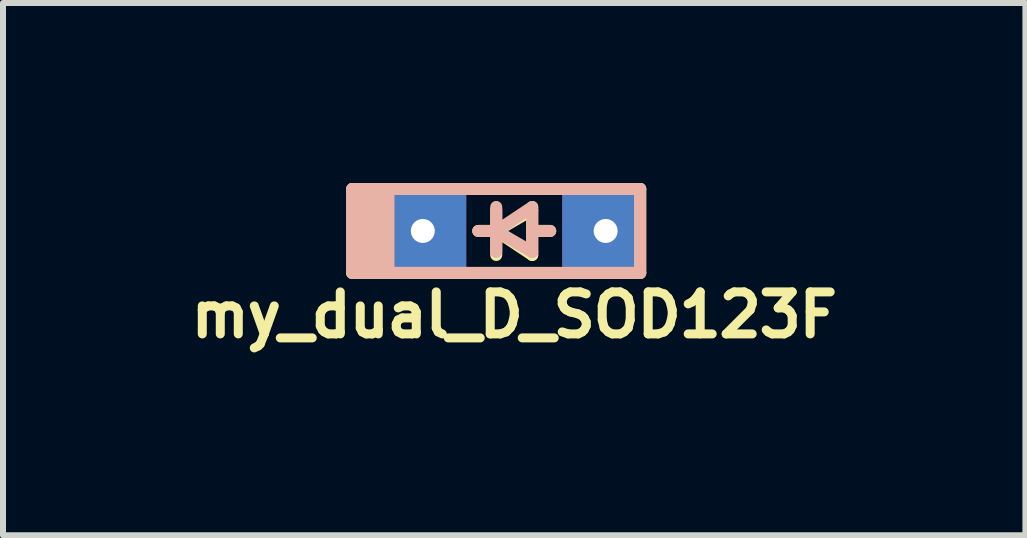
<source format=kicad_pcb>
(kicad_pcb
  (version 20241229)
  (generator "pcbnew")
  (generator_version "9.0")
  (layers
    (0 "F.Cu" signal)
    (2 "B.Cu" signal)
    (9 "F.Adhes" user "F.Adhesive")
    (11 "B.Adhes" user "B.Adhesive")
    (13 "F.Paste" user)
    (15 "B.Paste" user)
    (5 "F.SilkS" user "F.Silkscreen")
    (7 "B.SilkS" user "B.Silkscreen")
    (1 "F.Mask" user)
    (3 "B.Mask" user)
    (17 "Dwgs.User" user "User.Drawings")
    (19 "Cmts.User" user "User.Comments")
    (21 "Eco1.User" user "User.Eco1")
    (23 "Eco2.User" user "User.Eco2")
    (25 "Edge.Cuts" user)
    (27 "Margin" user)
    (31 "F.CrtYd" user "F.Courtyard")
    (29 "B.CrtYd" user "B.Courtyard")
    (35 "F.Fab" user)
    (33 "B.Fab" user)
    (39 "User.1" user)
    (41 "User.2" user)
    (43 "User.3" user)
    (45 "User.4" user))
  (footprint "my_dual_D_SOD123F"
    (layer "F.Cu")
    (at 5.522 0.8)
    (property "Reference" "my_dual_D_SOD123F" (at 0 1.4 0) (layer "F.SilkS") (effects (font (size 0.7 0.7) (thickness 0.15))))
    (attr smd)
    (fp_line (start -2.7 -0.7) (end -2.7 0.7) (stroke (width 0.2) (type solid)) (layer "F.SilkS"))
    (fp_line (start -2.7 -0.7) (end 2.1 -0.7) (stroke (width 0.2) (type solid)) (layer "F.SilkS"))
    (fp_line (start -2.7 0.7) (end 2.1 0.7) (stroke (width 0.2) (type solid)) (layer "F.SilkS"))
    (fp_line (start -2.5 -0.7) (end -2.5 0.7) (stroke (width 0.2) (type solid)) (layer "F.SilkS"))
    (fp_line (start -2.3 -0.7) (end -2.3 0.7) (stroke (width 0.2) (type solid)) (layer "F.SilkS"))
    (fp_line (start -2.1 -0.7) (end -2.1 0.7) (stroke (width 0.2) (type solid)) (layer "F.SilkS"))
    (fp_line (start -0.3 -0.35) (end -0.3 0.4) (stroke (width 0.2) (type solid)) (layer "F.SilkS"))
    (fp_line (start -0.3 0) (end -0.6 0) (stroke (width 0.2) (type solid)) (layer "F.SilkS"))
    (fp_line (start -0.3 0) (end 0.3 -0.35) (stroke (width 0.2) (type solid)) (layer "F.SilkS"))
    (fp_line (start 0.3 -0.35) (end 0.3 0.4) (stroke (width 0.2) (type solid)) (layer "F.SilkS"))
    (fp_line (start 0.3 0) (end 0.6 0) (stroke (width 0.2) (type solid)) (layer "F.SilkS"))
    (fp_line (start 0.3 0.4) (end -0.3 0) (stroke (width 0.2) (type solid)) (layer "F.SilkS"))
    (fp_line (start 2.1 -0.7) (end 2.1 0.7) (stroke (width 0.2) (type solid)) (layer "F.SilkS"))
    (fp_line (start -2.7 -0.7) (end 2.1 -0.7) (stroke (width 0.2) (type solid)) (layer "B.SilkS"))
    (fp_line (start -2.7 0.7) (end -2.7 -0.7) (stroke (width 0.2) (type solid)) (layer "B.SilkS"))
    (fp_line (start -2.7 0.7) (end 2.1 0.7) (stroke (width 0.2) (type solid)) (layer "B.SilkS"))
    (fp_line (start -2.5 0.7) (end -2.5 -0.7) (stroke (width 0.2) (type solid)) (layer "B.SilkS"))
    (fp_line (start -2.3 0.7) (end -2.3 -0.7) (stroke (width 0.2) (type solid)) (layer "B.SilkS"))
    (fp_line (start -2.1 0.7) (end -2.1 -0.7) (stroke (width 0.2) (type solid)) (layer "B.SilkS"))
    (fp_line (start -0.3 0) (end -0.6 0) (stroke (width 0.2) (type solid)) (layer "B.SilkS"))
    (fp_line (start -0.3 0) (end 0.3 0.35) (stroke (width 0.2) (type solid)) (layer "B.SilkS"))
    (fp_line (start -0.3 0.35) (end -0.3 -0.4) (stroke (width 0.2) (type solid)) (layer "B.SilkS"))
    (fp_line (start 0.3 -0.4) (end -0.3 0) (stroke (width 0.2) (type solid)) (layer "B.SilkS"))
    (fp_line (start 0.3 0) (end 0.6 0) (stroke (width 0.2) (type solid)) (layer "B.SilkS"))
    (fp_line (start 0.3 0.35) (end 0.3 -0.4) (stroke (width 0.2) (type solid)) (layer "B.SilkS"))
    (fp_line (start 2.1 0.7) (end 2.1 -0.7) (stroke (width 0.2) (type solid)) (layer "B.SilkS"))
    (pad "1" thru_hole circle (at -1.524 0) (size 0.8 0.8) (drill 0.4) (layers "*.Cu" "*.Mask"))
    (pad "1" smd rect (at -1.4 0) (size 1.2 1.2) (layers "F.Cu" "F.Mask" "F.Paste"))
    (pad "1" smd rect (at -1.4 0 180) (size 1.2 1.2) (layers "B.Cu" "B.Mask" "B.Paste"))
    (pad "2" smd rect (at 1.4 0) (size 1.2 1.2) (layers "F.Cu" "F.Mask" "F.Paste"))
    (pad "2" smd rect (at 1.4 0 180) (size 1.2 1.2) (layers "B.Cu" "B.Mask" "B.Paste"))
    (pad "2" thru_hole circle (at 1.524 0) (size 0.8 0.8) (drill 0.4) (layers "*.Cu" "*.Mask")))
  (gr_rect
    (start -3 -3)
    (end 14.043 5.873)
    (stroke (width 0.1) (type default))
    (fill no)
    (layer "Edge.Cuts")))
</source>
